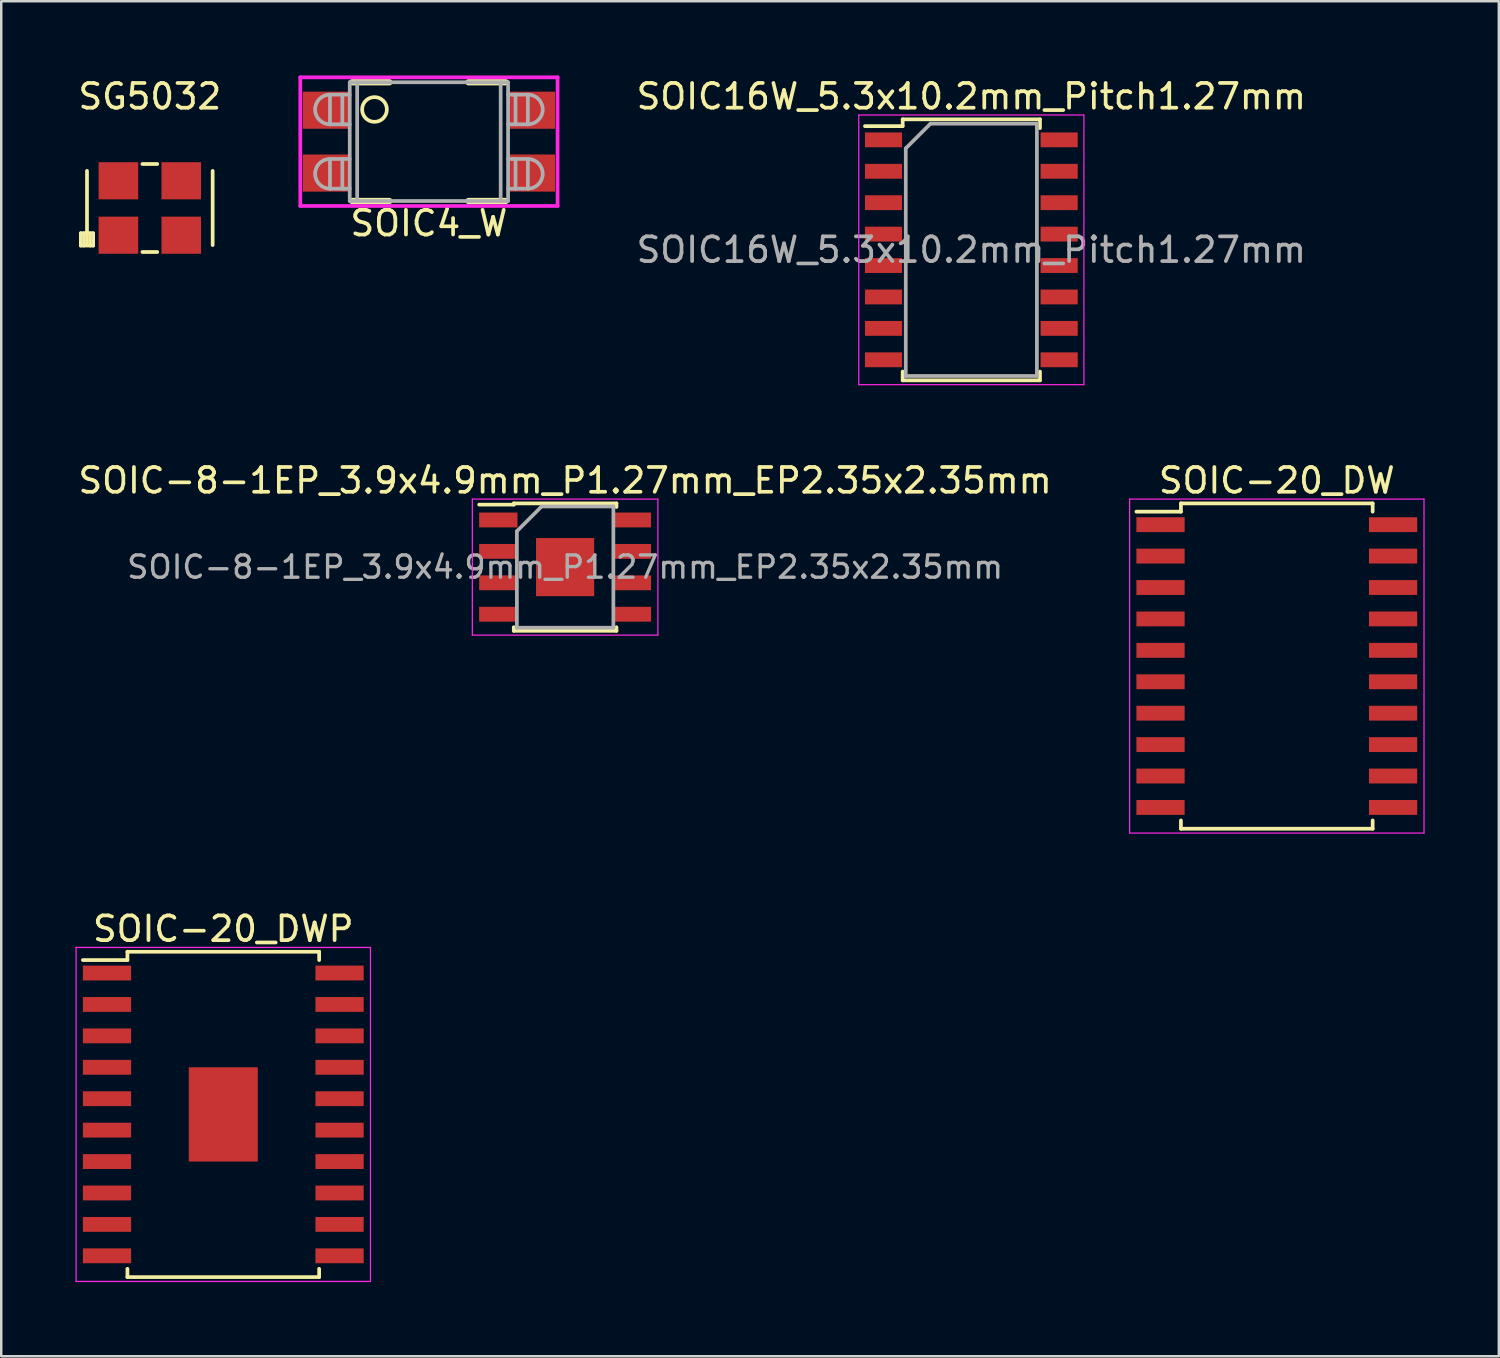
<source format=kicad_pcb>
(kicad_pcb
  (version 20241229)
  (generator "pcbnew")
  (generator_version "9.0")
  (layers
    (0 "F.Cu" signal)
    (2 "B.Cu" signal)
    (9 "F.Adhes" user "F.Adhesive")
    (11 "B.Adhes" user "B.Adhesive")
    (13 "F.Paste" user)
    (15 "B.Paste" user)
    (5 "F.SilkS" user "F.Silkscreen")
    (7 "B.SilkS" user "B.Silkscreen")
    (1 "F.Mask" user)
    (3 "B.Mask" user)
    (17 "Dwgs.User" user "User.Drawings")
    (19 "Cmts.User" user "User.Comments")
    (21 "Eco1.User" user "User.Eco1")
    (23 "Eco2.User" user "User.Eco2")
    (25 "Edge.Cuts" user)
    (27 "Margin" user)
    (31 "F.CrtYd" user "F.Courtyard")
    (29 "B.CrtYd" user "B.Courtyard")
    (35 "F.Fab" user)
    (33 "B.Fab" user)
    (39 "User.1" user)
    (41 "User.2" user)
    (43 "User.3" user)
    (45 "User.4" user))
  (footprint "SOIC-8-1EP_3.9x4.9mm_P1.27mm_EP2.35x2.35mm"
    (layer "F.Cu")
    (at 19.792 19.872)
    (property "Reference" "SOIC-8-1EP_3.9x4.9mm_P1.27mm_EP2.35x2.35mm" (at 0 -3.5 0) (layer "F.SilkS") (effects (font (size 1 1) (thickness 0.15))))
    (attr smd)
    (fp_line (start -2.075 -2.575) (end -2.075 -2.525) (stroke (width 0.15) (type solid)) (layer "F.SilkS"))
    (fp_line (start -2.075 -2.575) (end 2.075 -2.575) (stroke (width 0.15) (type solid)) (layer "F.SilkS"))
    (fp_line (start -2.075 -2.525) (end -3.475 -2.525) (stroke (width 0.15) (type solid)) (layer "F.SilkS"))
    (fp_line (start -2.075 2.575) (end -2.075 2.43) (stroke (width 0.15) (type solid)) (layer "F.SilkS"))
    (fp_line (start -2.075 2.575) (end 2.075 2.575) (stroke (width 0.15) (type solid)) (layer "F.SilkS"))
    (fp_line (start 2.075 -2.575) (end 2.075 -2.43) (stroke (width 0.15) (type solid)) (layer "F.SilkS"))
    (fp_line (start 2.075 2.575) (end 2.075 2.43) (stroke (width 0.15) (type solid)) (layer "F.SilkS"))
    (fp_line (start -3.75 -2.75) (end -3.75 2.75) (stroke (width 0.05) (type solid)) (layer "F.CrtYd"))
    (fp_line (start -3.75 -2.75) (end 3.75 -2.75) (stroke (width 0.05) (type solid)) (layer "F.CrtYd"))
    (fp_line (start -3.75 2.75) (end 3.75 2.75) (stroke (width 0.05) (type solid)) (layer "F.CrtYd"))
    (fp_line (start 3.75 -2.75) (end 3.75 2.75) (stroke (width 0.05) (type solid)) (layer "F.CrtYd"))
    (fp_line (start -1.95 -1.45) (end -0.95 -2.45) (stroke (width 0.15) (type solid)) (layer "F.Fab"))
    (fp_line (start -1.95 2.45) (end -1.95 -1.45) (stroke (width 0.15) (type solid)) (layer "F.Fab"))
    (fp_line (start -0.95 -2.45) (end 1.95 -2.45) (stroke (width 0.15) (type solid)) (layer "F.Fab"))
    (fp_line (start 1.95 -2.45) (end 1.95 2.45) (stroke (width 0.15) (type solid)) (layer "F.Fab"))
    (fp_line (start 1.95 2.45) (end -1.95 2.45) (stroke (width 0.15) (type solid)) (layer "F.Fab"))
    (fp_text user "${REFERENCE}" (at 0 0 0) (layer "F.Fab") (effects (font (size 0.9 0.9) (thickness 0.135))))
    (pad "" smd rect (at -0.588 -0.588) (size 0.95 0.95) (layers "F.Paste"))
    (pad "" smd rect (at -0.588 0.588) (size 0.95 0.95) (layers "F.Paste"))
    (pad "" smd rect (at 0.588 -0.588) (size 0.95 0.95) (layers "F.Paste"))
    (pad "" smd rect (at 0.588 0.588) (size 0.95 0.95) (layers "F.Paste"))
    (pad "1" smd rect (at -2.7 -1.905) (size 1.55 0.6) (layers "F.Cu" "F.Mask" "F.Paste"))
    (pad "2" smd rect (at -2.7 -0.635) (size 1.55 0.6) (layers "F.Cu" "F.Mask" "F.Paste"))
    (pad "3" smd rect (at -2.7 0.635) (size 1.55 0.6) (layers "F.Cu" "F.Mask" "F.Paste"))
    (pad "4" smd rect (at -2.7 1.905) (size 1.55 0.6) (layers "F.Cu" "F.Mask" "F.Paste"))
    (pad "5" smd rect (at 2.7 1.905) (size 1.55 0.6) (layers "F.Cu" "F.Mask" "F.Paste"))
    (pad "6" smd rect (at 2.7 0.635) (size 1.55 0.6) (layers "F.Cu" "F.Mask" "F.Paste"))
    (pad "7" smd rect (at 2.7 -0.635) (size 1.55 0.6) (layers "F.Cu" "F.Mask" "F.Paste"))
    (pad "8" smd rect (at 2.7 -1.905) (size 1.55 0.6) (layers "F.Cu" "F.Mask" "F.Paste"))
    (pad "9" smd rect (at 0 0) (size 2.35 2.35) (layers "F.Cu" "F.Mask")))
  (footprint "SOIC-20_DWP"
    (layer "F.Cu")
    (at 5.975 41.995)
    (property "Reference" "SOIC-20_DWP" (at 0 -7.5 0) (layer "F.SilkS") (effects (font (size 1 1) (thickness 0.15))))
    (attr smd)
    (fp_line (start -3.875 -6.575) (end -3.875 -6.24) (stroke (width 0.15) (type solid)) (layer "F.SilkS"))
    (fp_line (start -3.875 -6.575) (end 3.875 -6.575) (stroke (width 0.15) (type solid)) (layer "F.SilkS"))
    (fp_line (start -3.875 -6.24) (end -5.675 -6.24) (stroke (width 0.15) (type solid)) (layer "F.SilkS"))
    (fp_line (start -3.875 6.575) (end -3.875 6.24) (stroke (width 0.15) (type solid)) (layer "F.SilkS"))
    (fp_line (start -3.875 6.575) (end 3.875 6.575) (stroke (width 0.15) (type solid)) (layer "F.SilkS"))
    (fp_line (start 3.875 -6.575) (end 3.875 -6.24) (stroke (width 0.15) (type solid)) (layer "F.SilkS"))
    (fp_line (start 3.875 6.575) (end 3.875 6.24) (stroke (width 0.15) (type solid)) (layer "F.SilkS"))
    (fp_line (start -5.95 -6.75) (end -5.95 6.75) (stroke (width 0.05) (type solid)) (layer "F.CrtYd"))
    (fp_line (start -5.95 -6.75) (end 5.95 -6.75) (stroke (width 0.05) (type solid)) (layer "F.CrtYd"))
    (fp_line (start -5.95 6.75) (end 5.95 6.75) (stroke (width 0.05) (type solid)) (layer "F.CrtYd"))
    (fp_line (start 5.95 -6.75) (end 5.95 6.75) (stroke (width 0.05) (type solid)) (layer "F.CrtYd"))
    (pad "1" smd rect (at -4.7 -5.715) (size 1.95 0.6) (layers "F.Cu" "F.Mask" "F.Paste"))
    (pad "2" smd rect (at -4.7 -4.445) (size 1.95 0.6) (layers "F.Cu" "F.Mask" "F.Paste"))
    (pad "3" smd rect (at -4.7 -3.175) (size 1.95 0.6) (layers "F.Cu" "F.Mask" "F.Paste"))
    (pad "4" smd rect (at -4.7 -1.905) (size 1.95 0.6) (layers "F.Cu" "F.Mask" "F.Paste"))
    (pad "5" smd rect (at -4.7 -0.635) (size 1.95 0.6) (layers "F.Cu" "F.Mask" "F.Paste"))
    (pad "6" smd rect (at -4.7 0.635) (size 1.95 0.6) (layers "F.Cu" "F.Mask" "F.Paste"))
    (pad "7" smd rect (at -4.7 1.905) (size 1.95 0.6) (layers "F.Cu" "F.Mask" "F.Paste"))
    (pad "8" smd rect (at -4.7 3.175) (size 1.95 0.6) (layers "F.Cu" "F.Mask" "F.Paste"))
    (pad "9" smd rect (at -4.7 4.445) (size 1.95 0.6) (layers "F.Cu" "F.Mask" "F.Paste"))
    (pad "10" smd rect (at -4.7 5.715) (size 1.95 0.6) (layers "F.Cu" "F.Mask" "F.Paste"))
    (pad "11" smd rect (at 4.7 5.715) (size 1.95 0.6) (layers "F.Cu" "F.Mask" "F.Paste"))
    (pad "12" smd rect (at 4.7 4.445) (size 1.95 0.6) (layers "F.Cu" "F.Mask" "F.Paste"))
    (pad "13" smd rect (at 4.7 3.175) (size 1.95 0.6) (layers "F.Cu" "F.Mask" "F.Paste"))
    (pad "14" smd rect (at 4.7 1.905) (size 1.95 0.6) (layers "F.Cu" "F.Mask" "F.Paste"))
    (pad "15" smd rect (at 4.7 0.635) (size 1.95 0.6) (layers "F.Cu" "F.Mask" "F.Paste"))
    (pad "16" smd rect (at 4.7 -0.635) (size 1.95 0.6) (layers "F.Cu" "F.Mask" "F.Paste"))
    (pad "17" smd rect (at 4.7 -1.905) (size 1.95 0.6) (layers "F.Cu" "F.Mask" "F.Paste"))
    (pad "18" smd rect (at 4.7 -3.175) (size 1.95 0.6) (layers "F.Cu" "F.Mask" "F.Paste"))
    (pad "19" smd rect (at 4.7 -4.445) (size 1.95 0.6) (layers "F.Cu" "F.Mask" "F.Paste"))
    (pad "20" smd rect (at 4.7 -5.715) (size 1.95 0.6) (layers "F.Cu" "F.Mask" "F.Paste"))
    (pad "21" smd rect (at 0 0) (size 2.79 3.81) (layers "F.Cu" "F.Mask" "F.Paste")))
  (footprint "SG5032"
    (layer "F.Cu")
    (at 3.006 5.357)
    (property "Reference" "SG5032" (at 0 -4.508 0) (layer "F.SilkS") (effects (font (size 1 1) (thickness 0.15))))
    (attr smd)
    (fp_line (start -2.794 1.016) (end -2.286 1.016) (stroke (width 0.14) (type solid)) (layer "F.SilkS"))
    (fp_line (start -2.794 1.524) (end -2.794 1.016) (stroke (width 0.14) (type solid)) (layer "F.SilkS"))
    (fp_line (start -2.667 1.016) (end -2.667 1.524) (stroke (width 0.14) (type solid)) (layer "F.SilkS"))
    (fp_line (start -2.54 -1.5) (end -2.54 1.5) (stroke (width 0.15) (type solid)) (layer "F.SilkS"))
    (fp_line (start -2.413 1.016) (end -2.413 1.524) (stroke (width 0.14) (type solid)) (layer "F.SilkS"))
    (fp_line (start -2.286 1.016) (end -2.286 1.524) (stroke (width 0.14) (type solid)) (layer "F.SilkS"))
    (fp_line (start -2.286 1.524) (end -2.794 1.524) (stroke (width 0.14) (type solid)) (layer "F.SilkS"))
    (fp_line (start 0.3 -1.778) (end -0.3 -1.778) (stroke (width 0.15) (type solid)) (layer "F.SilkS"))
    (fp_line (start 0.3 1.778) (end -0.3 1.778) (stroke (width 0.15) (type solid)) (layer "F.SilkS"))
    (fp_line (start 2.54 -1.5) (end 2.54 1.5) (stroke (width 0.15) (type solid)) (layer "F.SilkS"))
    (pad "1" smd rect (at -1.27 1.1) (size 1.6 1.5) (layers "F.Cu" "F.Mask" "F.Paste"))
    (pad "2" smd rect (at 1.27 1.1) (size 1.6 1.5) (layers "F.Cu" "F.Mask" "F.Paste"))
    (pad "3" smd rect (at 1.27 -1.1) (size 1.6 1.5) (layers "F.Cu" "F.Mask" "F.Paste"))
    (pad "4" smd rect (at -1.27 -1.1) (size 1.6 1.5) (layers "F.Cu" "F.Mask" "F.Paste")))
  (footprint "SOIC4_W"
    (layer "F.Cu")
    (at 14.287 2.675)
    (property "Reference" "SOIC4_W" (at 0 3.3 0) (layer "F.SilkS") (effects (font (size 1 1) (thickness 0.15))))
    (attr through_hole)
    (fp_line (start -3.1 -2.4) (end -1.6 -2.4) (stroke (width 0.254) (type solid)) (layer "F.SilkS"))
    (fp_line (start -3.1 2.4) (end -1.6 2.4) (stroke (width 0.254) (type solid)) (layer "F.SilkS"))
    (fp_line (start 1.6 -2.4) (end 3.1 -2.4) (stroke (width 0.254) (type solid)) (layer "F.SilkS"))
    (fp_line (start 1.6 2.4) (end 3.1 2.4) (stroke (width 0.254) (type solid)) (layer "F.SilkS"))
    (fp_circle (center -2.2 -1.3) (end -2.2 -0.8) (stroke (width 0.15) (type solid)) (fill no) (layer "F.SilkS"))
    (fp_line (start -5.2 -2.6) (end 5.2 -2.6) (stroke (width 0.15) (type solid)) (layer "F.CrtYd"))
    (fp_line (start -5.2 2.6) (end -5.2 -2.6) (stroke (width 0.15) (type solid)) (layer "F.CrtYd"))
    (fp_line (start 5.2 -2.6) (end 5.2 2.6) (stroke (width 0.15) (type solid)) (layer "F.CrtYd"))
    (fp_line (start 5.2 2.6) (end -5.2 2.6) (stroke (width 0.15) (type solid)) (layer "F.CrtYd"))
    (fp_line (start -4 -1.9) (end -3.5 -1.9) (stroke (width 0.15) (type solid)) (layer "F.Fab"))
    (fp_line (start -4 -0.7) (end -4 -1.9) (stroke (width 0.15) (type solid)) (layer "F.Fab"))
    (fp_line (start -4 0.7) (end -3.5 0.7) (stroke (width 0.15) (type solid)) (layer "F.Fab"))
    (fp_line (start -4 1.9) (end -4 0.7) (stroke (width 0.15) (type solid)) (layer "F.Fab"))
    (fp_line (start -3.5 -1.9) (end -3.2 -1.9) (stroke (width 0.15) (type solid)) (layer "F.Fab"))
    (fp_line (start -3.5 -0.7) (end -4 -0.7) (stroke (width 0.15) (type solid)) (layer "F.Fab"))
    (fp_line (start -3.5 -0.7) (end -3.5 -1.9) (stroke (width 0.15) (type solid)) (layer "F.Fab"))
    (fp_line (start -3.5 0.7) (end -3.2 0.7) (stroke (width 0.15) (type solid)) (layer "F.Fab"))
    (fp_line (start -3.5 1.9) (end -4 1.9) (stroke (width 0.15) (type solid)) (layer "F.Fab"))
    (fp_line (start -3.5 1.9) (end -3.5 0.7) (stroke (width 0.15) (type solid)) (layer "F.Fab"))
    (fp_line (start -3.4 -0.7) (end -3.5 -0.7) (stroke (width 0.15) (type solid)) (layer "F.Fab"))
    (fp_line (start -3.4 1.9) (end -3.5 1.9) (stroke (width 0.15) (type solid)) (layer "F.Fab"))
    (fp_line (start -3.2 -2.4) (end 3.2 -2.4) (stroke (width 0.15) (type solid)) (layer "F.Fab"))
    (fp_line (start -3.2 -0.7) (end -3.4 -0.7) (stroke (width 0.15) (type solid)) (layer "F.Fab"))
    (fp_line (start -3.2 1.9) (end -3.4 1.9) (stroke (width 0.15) (type solid)) (layer "F.Fab"))
    (fp_line (start -3.2 2.4) (end -3.2 -2.4) (stroke (width 0.15) (type solid)) (layer "F.Fab"))
    (fp_line (start -2.9 -2.4) (end -2.9 2.4) (stroke (width 0.15) (type solid)) (layer "F.Fab"))
    (fp_line (start 2.9 -2.4) (end 2.9 2.4) (stroke (width 0.15) (type solid)) (layer "F.Fab"))
    (fp_line (start 3.2 -2.4) (end 3.2 2.4) (stroke (width 0.15) (type solid)) (layer "F.Fab"))
    (fp_line (start 3.2 -1.9) (end 3.4 -1.9) (stroke (width 0.15) (type solid)) (layer "F.Fab"))
    (fp_line (start 3.2 0.7) (end 3.4 0.7) (stroke (width 0.15) (type solid)) (layer "F.Fab"))
    (fp_line (start 3.2 2.4) (end -3.2 2.4) (stroke (width 0.15) (type solid)) (layer "F.Fab"))
    (fp_line (start 3.4 -1.9) (end 3.5 -1.9) (stroke (width 0.15) (type solid)) (layer "F.Fab"))
    (fp_line (start 3.4 0.7) (end 3.5 0.7) (stroke (width 0.15) (type solid)) (layer "F.Fab"))
    (fp_line (start 3.5 -1.9) (end 3.5 -0.7) (stroke (width 0.15) (type solid)) (layer "F.Fab"))
    (fp_line (start 3.5 -1.9) (end 4 -1.9) (stroke (width 0.15) (type solid)) (layer "F.Fab"))
    (fp_line (start 3.5 -0.7) (end 3.2 -0.7) (stroke (width 0.15) (type solid)) (layer "F.Fab"))
    (fp_line (start 3.5 0.7) (end 3.5 1.9) (stroke (width 0.15) (type solid)) (layer "F.Fab"))
    (fp_line (start 3.5 0.7) (end 4 0.7) (stroke (width 0.15) (type solid)) (layer "F.Fab"))
    (fp_line (start 3.5 1.9) (end 3.2 1.9) (stroke (width 0.15) (type solid)) (layer "F.Fab"))
    (fp_line (start 4 -1.9) (end 4 -0.7) (stroke (width 0.15) (type solid)) (layer "F.Fab"))
    (fp_line (start 4 -0.7) (end 3.5 -0.7) (stroke (width 0.15) (type solid)) (layer "F.Fab"))
    (fp_line (start 4 0.7) (end 4 1.9) (stroke (width 0.15) (type solid)) (layer "F.Fab"))
    (fp_line (start 4 1.9) (end 3.5 1.9) (stroke (width 0.15) (type solid)) (layer "F.Fab"))
    (fp_arc (start -4 -0.7) (mid -4.6 -1.3) (end -4 -1.9) (stroke (width 0.15) (type solid)) (layer "F.Fab"))
    (fp_arc (start -4 1.9) (mid -4.6 1.3) (end -4 0.7) (stroke (width 0.15) (type solid)) (layer "F.Fab"))
    (fp_arc (start 4 -1.9) (mid 4.6 -1.3) (end 4 -0.7) (stroke (width 0.15) (type solid)) (layer "F.Fab"))
    (fp_arc (start 4 0.7) (mid 4.6 1.3) (end 4 1.9) (stroke (width 0.15) (type solid)) (layer "F.Fab"))
    (pad "1" smd rect (at -4.15 -1.27) (size 1.9 1.5) (layers "F.Cu" "F.Mask" "F.Paste"))
    (pad "2" smd rect (at -4.15 1.27) (size 1.9 1.5) (layers "F.Cu" "F.Mask" "F.Paste"))
    (pad "3" smd rect (at 4.15 1.27) (size 1.9 1.5) (layers "F.Cu" "F.Mask" "F.Paste"))
    (pad "4" smd rect (at 4.15 -1.27) (size 1.9 1.5) (layers "F.Cu" "F.Mask" "F.Paste")))
  (footprint "SOIC-20_DW"
    (layer "F.Cu")
    (at 48.558 23.872)
    (property "Reference" "SOIC-20_DW" (at 0 -7.5 0) (layer "F.SilkS") (effects (font (size 1 1) (thickness 0.15))))
    (attr smd)
    (fp_line (start -3.875 -6.575) (end -3.875 -6.24) (stroke (width 0.15) (type solid)) (layer "F.SilkS"))
    (fp_line (start -3.875 -6.575) (end 3.875 -6.575) (stroke (width 0.15) (type solid)) (layer "F.SilkS"))
    (fp_line (start -3.875 -6.24) (end -5.675 -6.24) (stroke (width 0.15) (type solid)) (layer "F.SilkS"))
    (fp_line (start -3.875 6.575) (end -3.875 6.24) (stroke (width 0.15) (type solid)) (layer "F.SilkS"))
    (fp_line (start -3.875 6.575) (end 3.875 6.575) (stroke (width 0.15) (type solid)) (layer "F.SilkS"))
    (fp_line (start 3.875 -6.575) (end 3.875 -6.24) (stroke (width 0.15) (type solid)) (layer "F.SilkS"))
    (fp_line (start 3.875 6.575) (end 3.875 6.24) (stroke (width 0.15) (type solid)) (layer "F.SilkS"))
    (fp_line (start -5.95 -6.75) (end -5.95 6.75) (stroke (width 0.05) (type solid)) (layer "F.CrtYd"))
    (fp_line (start -5.95 -6.75) (end 5.95 -6.75) (stroke (width 0.05) (type solid)) (layer "F.CrtYd"))
    (fp_line (start -5.95 6.75) (end 5.95 6.75) (stroke (width 0.05) (type solid)) (layer "F.CrtYd"))
    (fp_line (start 5.95 -6.75) (end 5.95 6.75) (stroke (width 0.05) (type solid)) (layer "F.CrtYd"))
    (pad "1" smd rect (at -4.7 -5.715) (size 1.95 0.6) (layers "F.Cu" "F.Mask" "F.Paste"))
    (pad "2" smd rect (at -4.7 -4.445) (size 1.95 0.6) (layers "F.Cu" "F.Mask" "F.Paste"))
    (pad "3" smd rect (at -4.7 -3.175) (size 1.95 0.6) (layers "F.Cu" "F.Mask" "F.Paste"))
    (pad "4" smd rect (at -4.7 -1.905) (size 1.95 0.6) (layers "F.Cu" "F.Mask" "F.Paste"))
    (pad "5" smd rect (at -4.7 -0.635) (size 1.95 0.6) (layers "F.Cu" "F.Mask" "F.Paste"))
    (pad "6" smd rect (at -4.7 0.635) (size 1.95 0.6) (layers "F.Cu" "F.Mask" "F.Paste"))
    (pad "7" smd rect (at -4.7 1.905) (size 1.95 0.6) (layers "F.Cu" "F.Mask" "F.Paste"))
    (pad "8" smd rect (at -4.7 3.175) (size 1.95 0.6) (layers "F.Cu" "F.Mask" "F.Paste"))
    (pad "9" smd rect (at -4.7 4.445) (size 1.95 0.6) (layers "F.Cu" "F.Mask" "F.Paste"))
    (pad "10" smd rect (at -4.7 5.715) (size 1.95 0.6) (layers "F.Cu" "F.Mask" "F.Paste"))
    (pad "11" smd rect (at 4.7 5.715) (size 1.95 0.6) (layers "F.Cu" "F.Mask" "F.Paste"))
    (pad "12" smd rect (at 4.7 4.445) (size 1.95 0.6) (layers "F.Cu" "F.Mask" "F.Paste"))
    (pad "13" smd rect (at 4.7 3.175) (size 1.95 0.6) (layers "F.Cu" "F.Mask" "F.Paste"))
    (pad "14" smd rect (at 4.7 1.905) (size 1.95 0.6) (layers "F.Cu" "F.Mask" "F.Paste"))
    (pad "15" smd rect (at 4.7 0.635) (size 1.95 0.6) (layers "F.Cu" "F.Mask" "F.Paste"))
    (pad "16" smd rect (at 4.7 -0.635) (size 1.95 0.6) (layers "F.Cu" "F.Mask" "F.Paste"))
    (pad "17" smd rect (at 4.7 -1.905) (size 1.95 0.6) (layers "F.Cu" "F.Mask" "F.Paste"))
    (pad "18" smd rect (at 4.7 -3.175) (size 1.95 0.6) (layers "F.Cu" "F.Mask" "F.Paste"))
    (pad "19" smd rect (at 4.7 -4.445) (size 1.95 0.6) (layers "F.Cu" "F.Mask" "F.Paste"))
    (pad "20" smd rect (at 4.7 -5.715) (size 1.95 0.6) (layers "F.Cu" "F.Mask" "F.Paste")))
  (footprint "SOIC16W_5.3x10.2mm_Pitch1.27mm"
    (layer "F.Cu")
    (at 36.211 7.048)
    (property "Reference" "SOIC16W_5.3x10.2mm_Pitch1.27mm" (at 0 -6.2 0) (layer "F.SilkS") (effects (font (size 1 1) (thickness 0.15))))
    (attr smd)
    (fp_line (start -2.775 -5.275) (end -2.775 -5) (stroke (width 0.15) (type solid)) (layer "F.SilkS"))
    (fp_line (start -2.775 -5.275) (end 2.775 -5.275) (stroke (width 0.15) (type solid)) (layer "F.SilkS"))
    (fp_line (start -2.775 -5) (end -4.3 -5) (stroke (width 0.15) (type solid)) (layer "F.SilkS"))
    (fp_line (start -2.775 5.275) (end -2.775 4.92) (stroke (width 0.15) (type solid)) (layer "F.SilkS"))
    (fp_line (start -2.775 5.275) (end 2.775 5.275) (stroke (width 0.15) (type solid)) (layer "F.SilkS"))
    (fp_line (start 2.775 -5.275) (end 2.775 -4.92) (stroke (width 0.15) (type solid)) (layer "F.SilkS"))
    (fp_line (start 2.775 5.275) (end 2.775 4.92) (stroke (width 0.15) (type solid)) (layer "F.SilkS"))
    (fp_line (start -4.55 -5.45) (end -4.55 5.45) (stroke (width 0.05) (type solid)) (layer "F.CrtYd"))
    (fp_line (start -4.55 -5.45) (end 4.55 -5.45) (stroke (width 0.05) (type solid)) (layer "F.CrtYd"))
    (fp_line (start -4.55 5.45) (end 4.55 5.45) (stroke (width 0.05) (type solid)) (layer "F.CrtYd"))
    (fp_line (start 4.55 -5.45) (end 4.55 5.45) (stroke (width 0.05) (type solid)) (layer "F.CrtYd"))
    (fp_line (start -2.65 -4.1) (end -1.65 -5.1) (stroke (width 0.15) (type solid)) (layer "F.Fab"))
    (fp_line (start -2.65 5.1) (end -2.65 -4.1) (stroke (width 0.15) (type solid)) (layer "F.Fab"))
    (fp_line (start -1.65 -5.1) (end 2.65 -5.1) (stroke (width 0.15) (type solid)) (layer "F.Fab"))
    (fp_line (start 2.65 -5.1) (end 2.65 5.1) (stroke (width 0.15) (type solid)) (layer "F.Fab"))
    (fp_line (start 2.65 5.1) (end -2.65 5.1) (stroke (width 0.15) (type solid)) (layer "F.Fab"))
    (fp_text user "${REFERENCE}" (at 0 0 0) (layer "F.Fab") (effects (font (size 1 1) (thickness 0.15))))
    (pad "1" smd rect (at -3.55 -4.445) (size 1.5 0.6) (layers "F.Cu" "F.Mask" "F.Paste"))
    (pad "2" smd rect (at -3.55 -3.175) (size 1.5 0.6) (layers "F.Cu" "F.Mask" "F.Paste"))
    (pad "3" smd rect (at -3.55 -1.905) (size 1.5 0.6) (layers "F.Cu" "F.Mask" "F.Paste"))
    (pad "4" smd rect (at -3.55 -0.635) (size 1.5 0.6) (layers "F.Cu" "F.Mask" "F.Paste"))
    (pad "5" smd rect (at -3.55 0.635) (size 1.5 0.6) (layers "F.Cu" "F.Mask" "F.Paste"))
    (pad "6" smd rect (at -3.55 1.905) (size 1.5 0.6) (layers "F.Cu" "F.Mask" "F.Paste"))
    (pad "7" smd rect (at -3.55 3.175) (size 1.5 0.6) (layers "F.Cu" "F.Mask" "F.Paste"))
    (pad "8" smd rect (at -3.55 4.445) (size 1.5 0.6) (layers "F.Cu" "F.Mask" "F.Paste"))
    (pad "9" smd rect (at 3.55 4.445) (size 1.5 0.6) (layers "F.Cu" "F.Mask" "F.Paste"))
    (pad "10" smd rect (at 3.55 3.175) (size 1.5 0.6) (layers "F.Cu" "F.Mask" "F.Paste"))
    (pad "11" smd rect (at 3.55 1.905) (size 1.5 0.6) (layers "F.Cu" "F.Mask" "F.Paste"))
    (pad "12" smd rect (at 3.55 0.635) (size 1.5 0.6) (layers "F.Cu" "F.Mask" "F.Paste"))
    (pad "13" smd rect (at 3.55 -0.635) (size 1.5 0.6) (layers "F.Cu" "F.Mask" "F.Paste"))
    (pad "14" smd rect (at 3.55 -1.905) (size 1.5 0.6) (layers "F.Cu" "F.Mask" "F.Paste"))
    (pad "15" smd rect (at 3.55 -3.175) (size 1.5 0.6) (layers "F.Cu" "F.Mask" "F.Paste"))
    (pad "16" smd rect (at 3.55 -4.445) (size 1.5 0.6) (layers "F.Cu" "F.Mask" "F.Paste")))
  (gr_rect
    (start -3 -3)
    (end 57.533 51.77)
    (stroke (width 0.1) (type default))
    (fill no)
    (layer "Edge.Cuts")))
</source>
